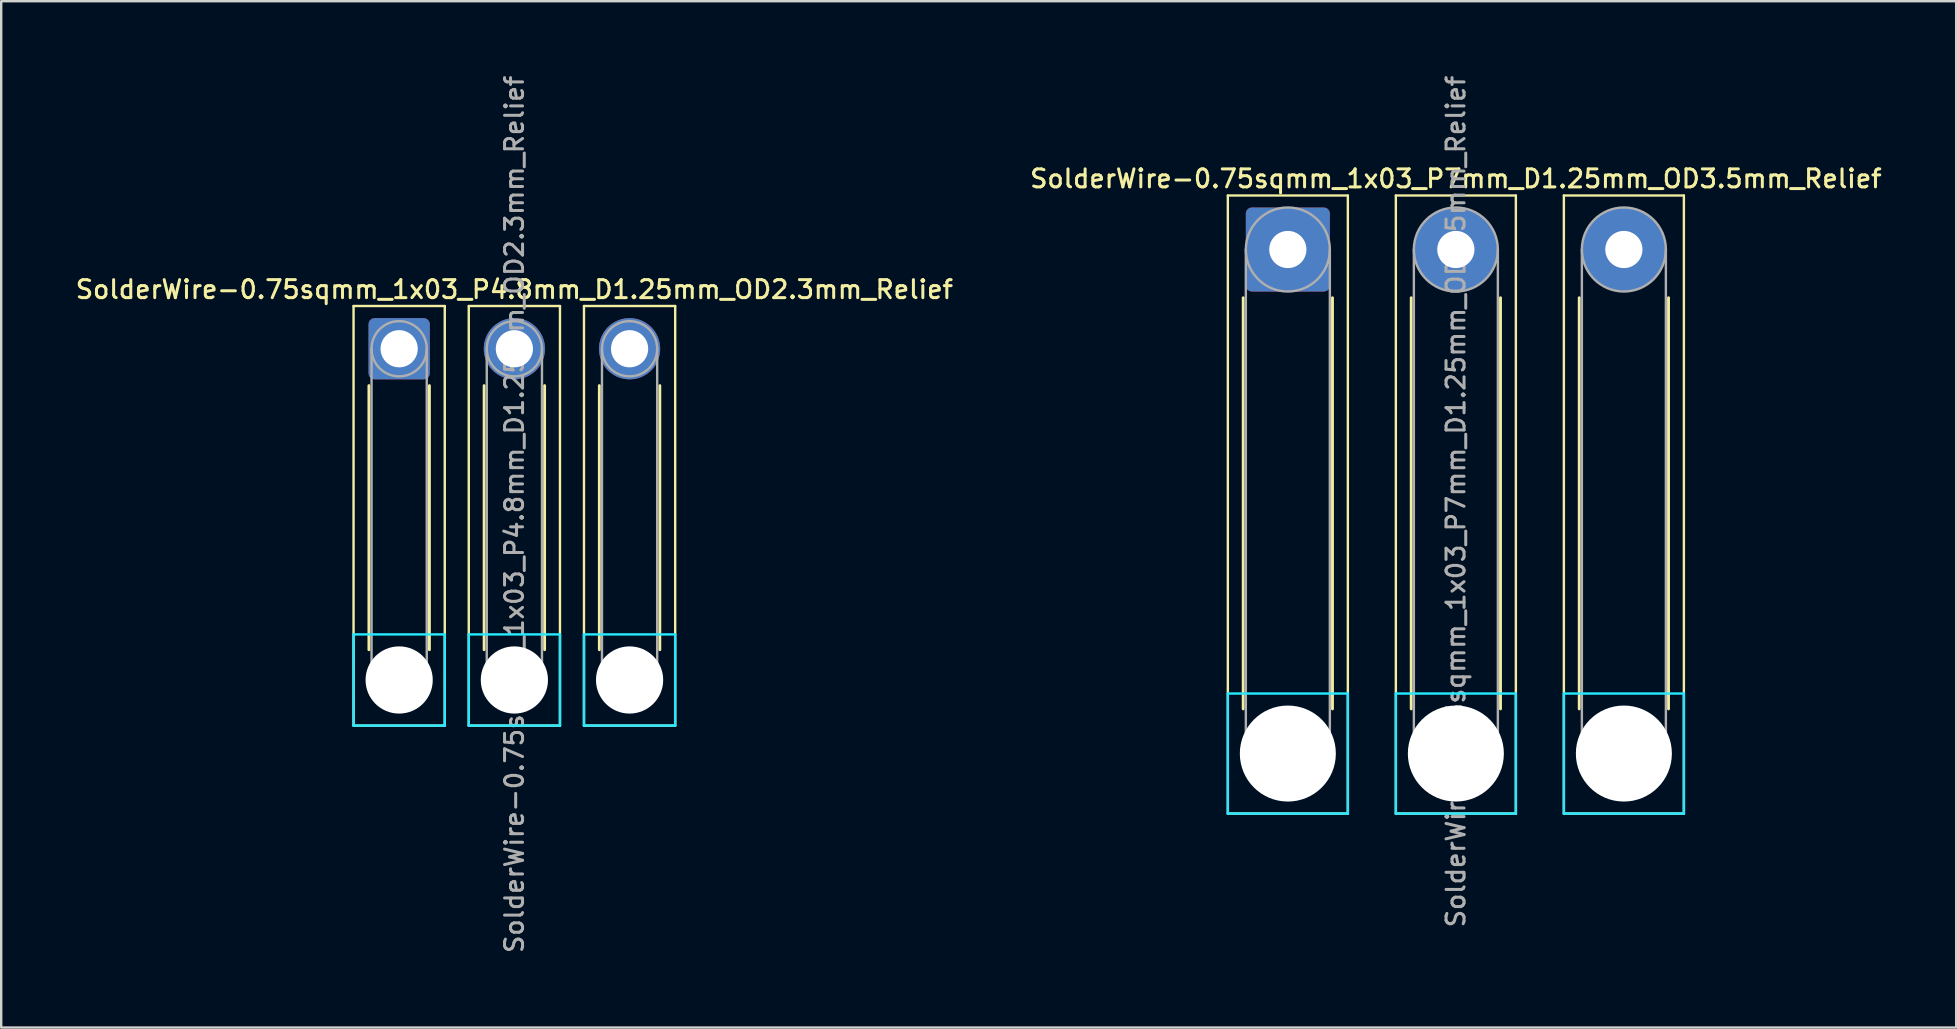
<source format=kicad_pcb>
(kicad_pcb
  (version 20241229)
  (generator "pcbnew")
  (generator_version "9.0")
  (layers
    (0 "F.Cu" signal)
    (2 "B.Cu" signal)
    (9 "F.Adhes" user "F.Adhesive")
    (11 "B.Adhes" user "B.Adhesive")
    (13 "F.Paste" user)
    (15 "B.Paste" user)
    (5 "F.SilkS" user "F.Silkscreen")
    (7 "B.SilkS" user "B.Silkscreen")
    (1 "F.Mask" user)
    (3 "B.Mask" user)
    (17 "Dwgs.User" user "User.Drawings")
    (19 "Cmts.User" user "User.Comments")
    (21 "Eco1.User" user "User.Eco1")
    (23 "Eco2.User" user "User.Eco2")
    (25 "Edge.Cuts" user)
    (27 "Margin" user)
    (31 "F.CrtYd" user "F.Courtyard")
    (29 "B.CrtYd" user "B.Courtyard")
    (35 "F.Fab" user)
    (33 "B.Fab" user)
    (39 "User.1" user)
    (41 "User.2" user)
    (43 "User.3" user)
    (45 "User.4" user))
  (footprint "SolderWire-0.75sqmm_1x03_P4.8mm_D1.25mm_OD2.3mm_Relief"
    (layer "F.Cu")
    (at 13.58 11.48)
    (property "Reference" "SolderWire-0.75sqmm_1x03_P4.8mm_D1.25mm_OD2.3mm_Relief" (at 4.8 -2.47 0) (layer "F.SilkS") (effects (font (size 0.75 0.75) (thickness 0.125))))
    (attr exclude_from_pos_files exclude_from_bom)
    (fp_line (start -1.9 -1.78) (end -1.9 15.7) (stroke (width 0.1) (type solid)) (layer "F.SilkS"))
    (fp_line (start -1.9 15.7) (end 1.9 15.7) (stroke (width 0.1) (type solid)) (layer "F.SilkS"))
    (fp_line (start -1.26 1.535) (end -1.26 12.54) (stroke (width 0.12) (type solid)) (layer "F.SilkS"))
    (fp_line (start 1.26 1.535) (end 1.26 12.54) (stroke (width 0.12) (type solid)) (layer "F.SilkS"))
    (fp_line (start 1.9 -1.78) (end -1.9 -1.78) (stroke (width 0.1) (type solid)) (layer "F.SilkS"))
    (fp_line (start 1.9 15.7) (end 1.9 -1.78) (stroke (width 0.1) (type solid)) (layer "F.SilkS"))
    (fp_line (start 2.9 -1.78) (end 2.9 15.7) (stroke (width 0.1) (type solid)) (layer "F.SilkS"))
    (fp_line (start 2.9 15.7) (end 6.7 15.7) (stroke (width 0.1) (type solid)) (layer "F.SilkS"))
    (fp_line (start 3.54 1.535) (end 3.54 12.54) (stroke (width 0.12) (type solid)) (layer "F.SilkS"))
    (fp_line (start 6.06 1.535) (end 6.06 12.54) (stroke (width 0.12) (type solid)) (layer "F.SilkS"))
    (fp_line (start 6.7 -1.78) (end 2.9 -1.78) (stroke (width 0.1) (type solid)) (layer "F.SilkS"))
    (fp_line (start 6.7 15.7) (end 6.7 -1.78) (stroke (width 0.1) (type solid)) (layer "F.SilkS"))
    (fp_line (start 7.7 -1.78) (end 7.7 15.7) (stroke (width 0.1) (type solid)) (layer "F.SilkS"))
    (fp_line (start 7.7 15.7) (end 11.5 15.7) (stroke (width 0.1) (type solid)) (layer "F.SilkS"))
    (fp_line (start 8.34 1.535) (end 8.34 12.54) (stroke (width 0.12) (type solid)) (layer "F.SilkS"))
    (fp_line (start 10.86 1.535) (end 10.86 12.54) (stroke (width 0.12) (type solid)) (layer "F.SilkS"))
    (fp_line (start 11.5 -1.78) (end 7.7 -1.78) (stroke (width 0.1) (type solid)) (layer "F.SilkS"))
    (fp_line (start 11.5 15.7) (end 11.5 -1.78) (stroke (width 0.1) (type solid)) (layer "F.SilkS"))
    (fp_line (start -1.9 11.9) (end -1.9 15.7) (stroke (width 0.1) (type solid)) (layer "B.CrtYd"))
    (fp_line (start -1.9 15.7) (end 1.9 15.7) (stroke (width 0.1) (type solid)) (layer "B.CrtYd"))
    (fp_line (start 1.9 11.9) (end -1.9 11.9) (stroke (width 0.1) (type solid)) (layer "B.CrtYd"))
    (fp_line (start 1.9 15.7) (end 1.9 11.9) (stroke (width 0.1) (type solid)) (layer "B.CrtYd"))
    (fp_line (start 2.9 11.9) (end 2.9 15.7) (stroke (width 0.1) (type solid)) (layer "B.CrtYd"))
    (fp_line (start 2.9 15.7) (end 6.7 15.7) (stroke (width 0.1) (type solid)) (layer "B.CrtYd"))
    (fp_line (start 6.7 11.9) (end 2.9 11.9) (stroke (width 0.1) (type solid)) (layer "B.CrtYd"))
    (fp_line (start 6.7 15.7) (end 6.7 11.9) (stroke (width 0.1) (type solid)) (layer "B.CrtYd"))
    (fp_line (start 7.7 11.9) (end 7.7 15.7) (stroke (width 0.1) (type solid)) (layer "B.CrtYd"))
    (fp_line (start 7.7 15.7) (end 11.5 15.7) (stroke (width 0.1) (type solid)) (layer "B.CrtYd"))
    (fp_line (start 11.5 11.9) (end 7.7 11.9) (stroke (width 0.1) (type solid)) (layer "B.CrtYd"))
    (fp_line (start 11.5 15.7) (end 11.5 11.9) (stroke (width 0.1) (type solid)) (layer "B.CrtYd"))
    (fp_line (start -1.15 0) (end -1.15 13.8) (stroke (width 0.1) (type solid)) (layer "F.Fab"))
    (fp_line (start 1.15 0) (end 1.15 13.8) (stroke (width 0.1) (type solid)) (layer "F.Fab"))
    (fp_line (start 3.65 0) (end 3.65 13.8) (stroke (width 0.1) (type solid)) (layer "F.Fab"))
    (fp_line (start 5.95 0) (end 5.95 13.8) (stroke (width 0.1) (type solid)) (layer "F.Fab"))
    (fp_line (start 8.45 0) (end 8.45 13.8) (stroke (width 0.1) (type solid)) (layer "F.Fab"))
    (fp_line (start 10.75 0) (end 10.75 13.8) (stroke (width 0.1) (type solid)) (layer "F.Fab"))
    (fp_circle (center 0 0) (end 1.15 0) (stroke (width 0.1) (type solid)) (fill no) (layer "F.Fab"))
    (fp_circle (center 0 13.8) (end 1.15 13.8) (stroke (width 0.1) (type solid)) (fill no) (layer "F.Fab"))
    (fp_circle (center 4.8 0) (end 5.95 0) (stroke (width 0.1) (type solid)) (fill no) (layer "F.Fab"))
    (fp_circle (center 4.8 13.8) (end 5.95 13.8) (stroke (width 0.1) (type solid)) (fill no) (layer "F.Fab"))
    (fp_circle (center 9.6 0) (end 10.75 0) (stroke (width 0.1) (type solid)) (fill no) (layer "F.Fab"))
    (fp_circle (center 9.6 13.8) (end 10.75 13.8) (stroke (width 0.1) (type solid)) (fill no) (layer "F.Fab"))
    (fp_text user "${REFERENCE}" (at 4.8 6.9 90) (layer "F.Fab") (effects (font (size 0.75 0.75) (thickness 0.125))))
    (pad "" np_thru_hole circle (at 0 13.8) (size 2.8 2.8) (drill 2.8) (layers "*.Cu" "*.Mask"))
    (pad "" np_thru_hole circle (at 4.8 13.8) (size 2.8 2.8) (drill 2.8) (layers "*.Cu" "*.Mask"))
    (pad "" np_thru_hole circle (at 9.6 13.8) (size 2.8 2.8) (drill 2.8) (layers "*.Cu" "*.Mask"))
    (pad "1" thru_hole roundrect (at 0 0) (size 2.55 2.55) (drill 1.55) (layers "*.Cu" "*.Mask") (roundrect_rratio 0.098))
    (pad "2" thru_hole circle (at 4.8 0) (size 2.55 2.55) (drill 1.55) (layers "*.Cu" "*.Mask"))
    (pad "3" thru_hole circle (at 9.6 0) (size 2.55 2.55) (drill 1.55) (layers "*.Cu" "*.Mask")))
  (footprint "SolderWire-0.75sqmm_1x03_P7mm_D1.25mm_OD3.5mm_Relief"
    (layer "F.Cu")
    (at 50.605 7.345)
    (property "Reference" "SolderWire-0.75sqmm_1x03_P7mm_D1.25mm_OD3.5mm_Relief" (at 7 -2.95 0) (layer "F.SilkS") (effects (font (size 0.75 0.75) (thickness 0.125))))
    (attr exclude_from_pos_files exclude_from_bom)
    (fp_line (start -2.5 -2.25) (end -2.5 23.5) (stroke (width 0.1) (type solid)) (layer "F.SilkS"))
    (fp_line (start -2.5 23.5) (end 2.5 23.5) (stroke (width 0.1) (type solid)) (layer "F.SilkS"))
    (fp_line (start -1.86 2.01) (end -1.86 19.14) (stroke (width 0.12) (type solid)) (layer "F.SilkS"))
    (fp_line (start 1.86 2.01) (end 1.86 19.14) (stroke (width 0.12) (type solid)) (layer "F.SilkS"))
    (fp_line (start 2.5 -2.25) (end -2.5 -2.25) (stroke (width 0.1) (type solid)) (layer "F.SilkS"))
    (fp_line (start 2.5 23.5) (end 2.5 -2.25) (stroke (width 0.1) (type solid)) (layer "F.SilkS"))
    (fp_line (start 4.5 -2.25) (end 4.5 23.5) (stroke (width 0.1) (type solid)) (layer "F.SilkS"))
    (fp_line (start 4.5 23.5) (end 9.5 23.5) (stroke (width 0.1) (type solid)) (layer "F.SilkS"))
    (fp_line (start 5.14 2.01) (end 5.14 19.14) (stroke (width 0.12) (type solid)) (layer "F.SilkS"))
    (fp_line (start 8.86 2.01) (end 8.86 19.14) (stroke (width 0.12) (type solid)) (layer "F.SilkS"))
    (fp_line (start 9.5 -2.25) (end 4.5 -2.25) (stroke (width 0.1) (type solid)) (layer "F.SilkS"))
    (fp_line (start 9.5 23.5) (end 9.5 -2.25) (stroke (width 0.1) (type solid)) (layer "F.SilkS"))
    (fp_line (start 11.5 -2.25) (end 11.5 23.5) (stroke (width 0.1) (type solid)) (layer "F.SilkS"))
    (fp_line (start 11.5 23.5) (end 16.5 23.5) (stroke (width 0.1) (type solid)) (layer "F.SilkS"))
    (fp_line (start 12.14 2.01) (end 12.14 19.14) (stroke (width 0.12) (type solid)) (layer "F.SilkS"))
    (fp_line (start 15.86 2.01) (end 15.86 19.14) (stroke (width 0.12) (type solid)) (layer "F.SilkS"))
    (fp_line (start 16.5 -2.25) (end 11.5 -2.25) (stroke (width 0.1) (type solid)) (layer "F.SilkS"))
    (fp_line (start 16.5 23.5) (end 16.5 -2.25) (stroke (width 0.1) (type solid)) (layer "F.SilkS"))
    (fp_line (start -2.5 18.5) (end -2.5 23.5) (stroke (width 0.1) (type solid)) (layer "B.CrtYd"))
    (fp_line (start -2.5 23.5) (end 2.5 23.5) (stroke (width 0.1) (type solid)) (layer "B.CrtYd"))
    (fp_line (start 2.5 18.5) (end -2.5 18.5) (stroke (width 0.1) (type solid)) (layer "B.CrtYd"))
    (fp_line (start 2.5 23.5) (end 2.5 18.5) (stroke (width 0.1) (type solid)) (layer "B.CrtYd"))
    (fp_line (start 4.5 18.5) (end 4.5 23.5) (stroke (width 0.1) (type solid)) (layer "B.CrtYd"))
    (fp_line (start 4.5 23.5) (end 9.5 23.5) (stroke (width 0.1) (type solid)) (layer "B.CrtYd"))
    (fp_line (start 9.5 18.5) (end 4.5 18.5) (stroke (width 0.1) (type solid)) (layer "B.CrtYd"))
    (fp_line (start 9.5 23.5) (end 9.5 18.5) (stroke (width 0.1) (type solid)) (layer "B.CrtYd"))
    (fp_line (start 11.5 18.5) (end 11.5 23.5) (stroke (width 0.1) (type solid)) (layer "B.CrtYd"))
    (fp_line (start 11.5 23.5) (end 16.5 23.5) (stroke (width 0.1) (type solid)) (layer "B.CrtYd"))
    (fp_line (start 16.5 18.5) (end 11.5 18.5) (stroke (width 0.1) (type solid)) (layer "B.CrtYd"))
    (fp_line (start 16.5 23.5) (end 16.5 18.5) (stroke (width 0.1) (type solid)) (layer "B.CrtYd"))
    (fp_line (start -1.75 0) (end -1.75 21) (stroke (width 0.1) (type solid)) (layer "F.Fab"))
    (fp_line (start 1.75 0) (end 1.75 21) (stroke (width 0.1) (type solid)) (layer "F.Fab"))
    (fp_line (start 5.25 0) (end 5.25 21) (stroke (width 0.1) (type solid)) (layer "F.Fab"))
    (fp_line (start 8.75 0) (end 8.75 21) (stroke (width 0.1) (type solid)) (layer "F.Fab"))
    (fp_line (start 12.25 0) (end 12.25 21) (stroke (width 0.1) (type solid)) (layer "F.Fab"))
    (fp_line (start 15.75 0) (end 15.75 21) (stroke (width 0.1) (type solid)) (layer "F.Fab"))
    (fp_circle (center 0 0) (end 1.75 0) (stroke (width 0.1) (type solid)) (fill no) (layer "F.Fab"))
    (fp_circle (center 0 21) (end 1.75 21) (stroke (width 0.1) (type solid)) (fill no) (layer "F.Fab"))
    (fp_circle (center 7 0) (end 8.75 0) (stroke (width 0.1) (type solid)) (fill no) (layer "F.Fab"))
    (fp_circle (center 7 21) (end 8.75 21) (stroke (width 0.1) (type solid)) (fill no) (layer "F.Fab"))
    (fp_circle (center 14 0) (end 15.75 0) (stroke (width 0.1) (type solid)) (fill no) (layer "F.Fab"))
    (fp_circle (center 14 21) (end 15.75 21) (stroke (width 0.1) (type solid)) (fill no) (layer "F.Fab"))
    (fp_text user "${REFERENCE}" (at 7 10.5 90) (layer "F.Fab") (effects (font (size 0.75 0.75) (thickness 0.125))))
    (pad "" np_thru_hole circle (at 0 21) (size 4 4) (drill 4) (layers "*.Cu" "*.Mask"))
    (pad "" np_thru_hole circle (at 7 21) (size 4 4) (drill 4) (layers "*.Cu" "*.Mask"))
    (pad "" np_thru_hole circle (at 14 21) (size 4 4) (drill 4) (layers "*.Cu" "*.Mask"))
    (pad "1" thru_hole roundrect (at 0 0) (size 3.5 3.5) (drill 1.55) (layers "*.Cu" "*.Mask") (roundrect_rratio 0.071))
    (pad "2" thru_hole circle (at 7 0) (size 3.5 3.5) (drill 1.55) (layers "*.Cu" "*.Mask"))
    (pad "3" thru_hole circle (at 14 0) (size 3.5 3.5) (drill 1.55) (layers "*.Cu" "*.Mask")))
  (gr_rect
    (start -3 -3)
    (end 78.45 39.761)
    (stroke (width 0.1) (type default))
    (fill no)
    (layer "Edge.Cuts")))
</source>
